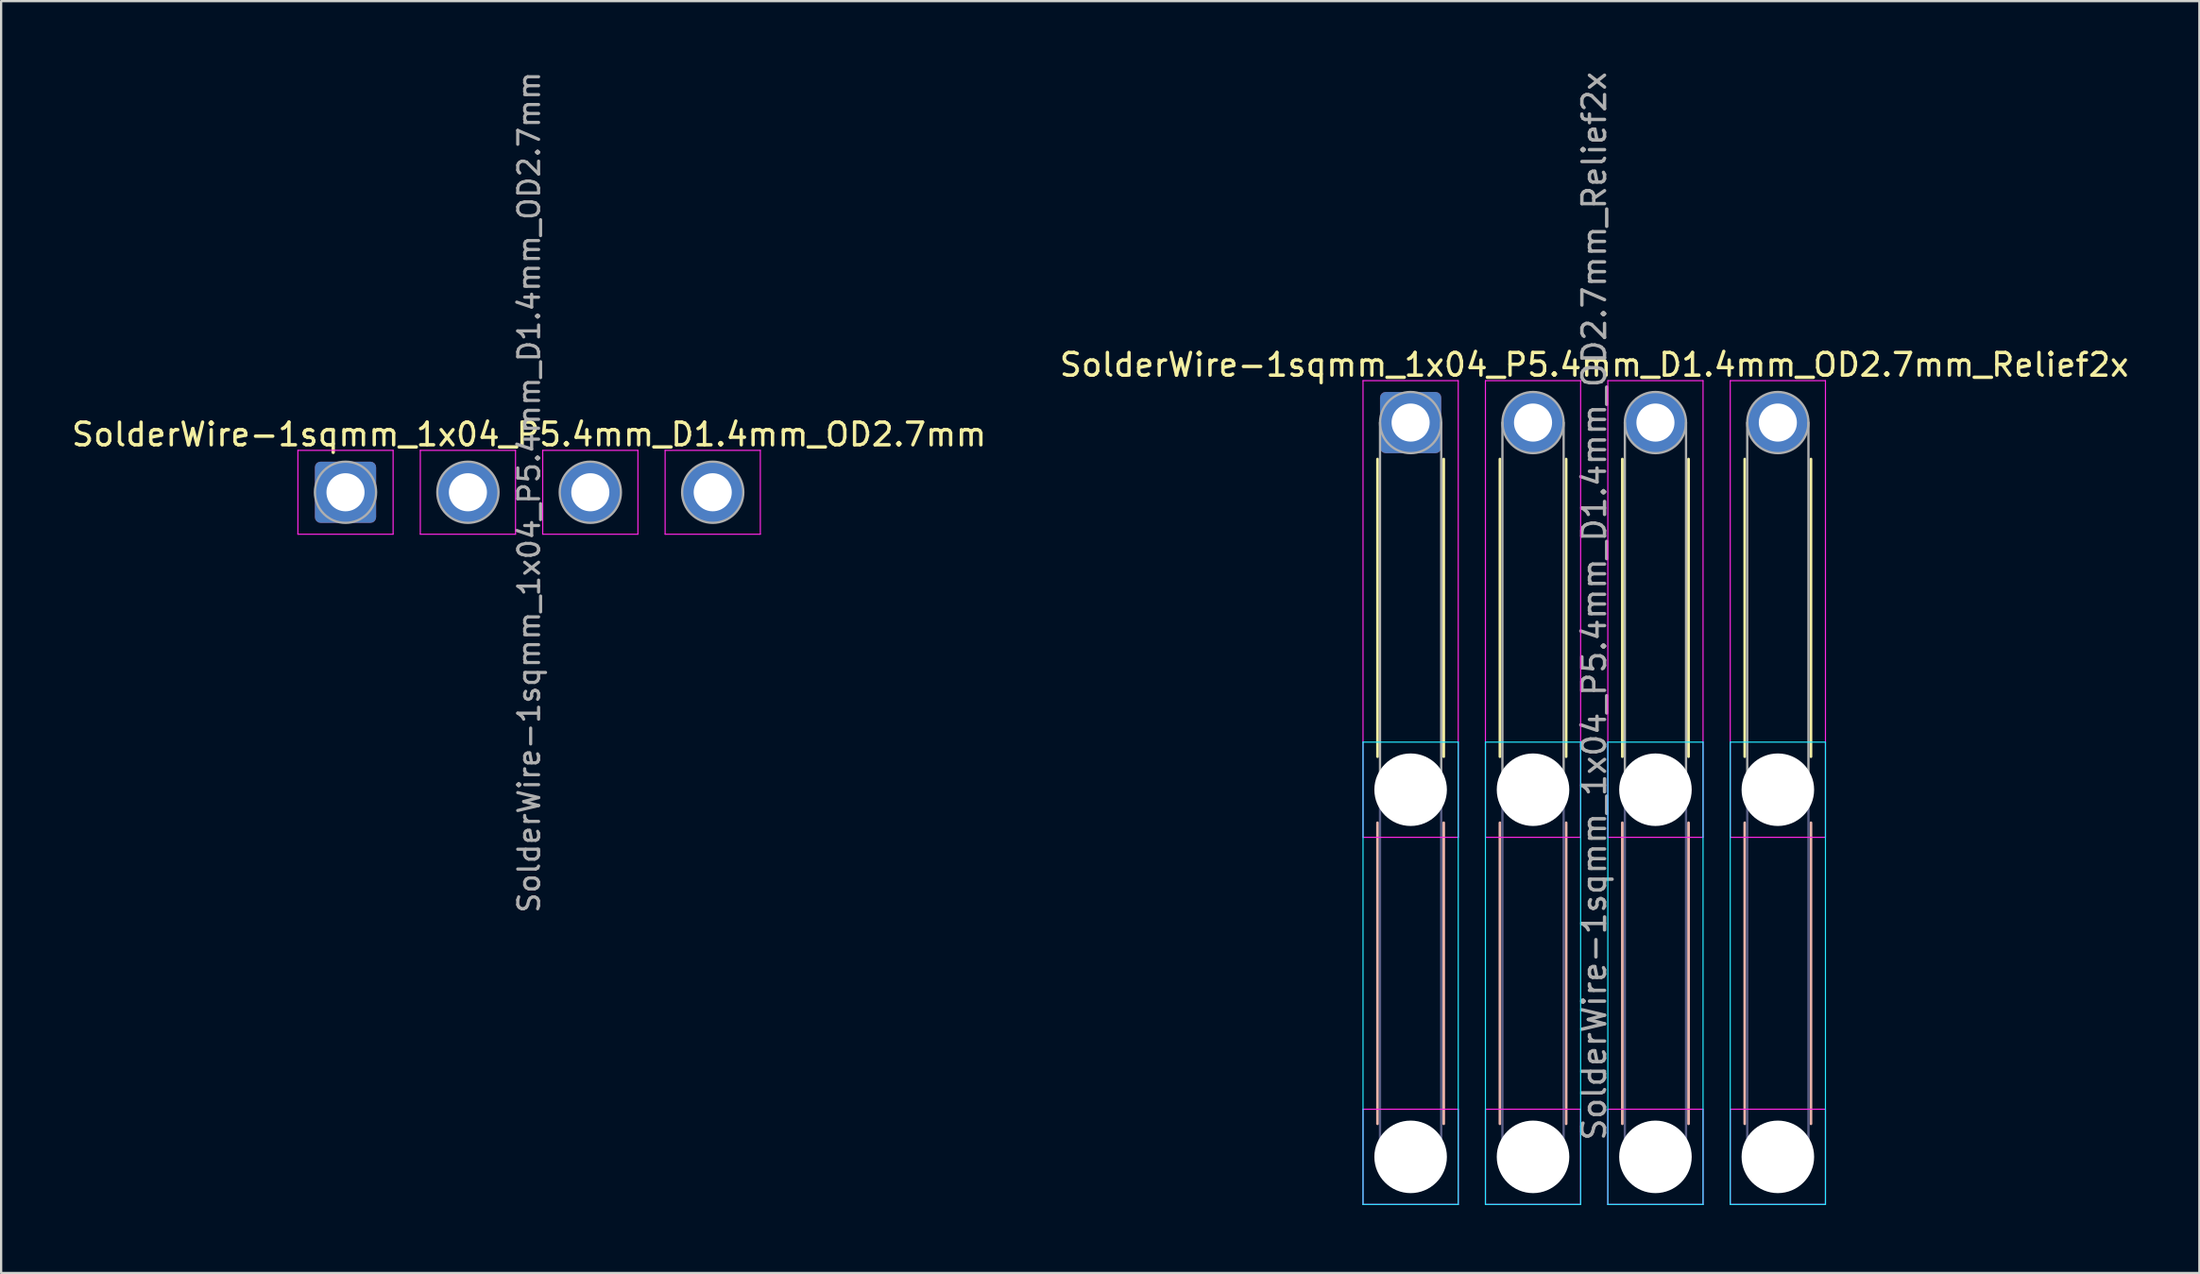
<source format=kicad_pcb>
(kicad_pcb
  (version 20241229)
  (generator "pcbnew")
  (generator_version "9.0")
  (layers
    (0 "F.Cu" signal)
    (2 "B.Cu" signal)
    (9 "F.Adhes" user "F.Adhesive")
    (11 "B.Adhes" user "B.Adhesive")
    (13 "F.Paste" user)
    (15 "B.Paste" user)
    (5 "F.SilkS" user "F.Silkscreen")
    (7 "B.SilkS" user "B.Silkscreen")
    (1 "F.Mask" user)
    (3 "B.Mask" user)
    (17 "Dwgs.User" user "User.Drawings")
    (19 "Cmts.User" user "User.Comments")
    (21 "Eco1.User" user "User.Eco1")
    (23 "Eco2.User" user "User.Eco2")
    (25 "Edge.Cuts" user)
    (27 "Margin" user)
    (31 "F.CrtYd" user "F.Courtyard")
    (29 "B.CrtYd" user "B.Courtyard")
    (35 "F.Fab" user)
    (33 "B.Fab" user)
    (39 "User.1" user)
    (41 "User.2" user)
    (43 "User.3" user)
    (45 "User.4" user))
  (footprint "SolderWire-1sqmm_1x04_P5.4mm_D1.4mm_OD2.7mm"
    (layer "F.Cu")
    (at 12.192 18.671)
    (property "Reference" "SolderWire-1sqmm_1x04_P5.4mm_D1.4mm_OD2.7mm" (at 8.1 -2.55 0) (layer "F.SilkS") (effects (font (size 1 1) (thickness 0.15))))
    (attr exclude_from_pos_files exclude_from_bom)
    (fp_line (start -2.1 -1.85) (end -2.1 1.85) (stroke (width 0.05) (type solid)) (layer "F.CrtYd"))
    (fp_line (start -2.1 1.85) (end 2.1 1.85) (stroke (width 0.05) (type solid)) (layer "F.CrtYd"))
    (fp_line (start 2.1 -1.85) (end -2.1 -1.85) (stroke (width 0.05) (type solid)) (layer "F.CrtYd"))
    (fp_line (start 2.1 1.85) (end 2.1 -1.85) (stroke (width 0.05) (type solid)) (layer "F.CrtYd"))
    (fp_line (start 3.3 -1.85) (end 3.3 1.85) (stroke (width 0.05) (type solid)) (layer "F.CrtYd"))
    (fp_line (start 3.3 1.85) (end 7.5 1.85) (stroke (width 0.05) (type solid)) (layer "F.CrtYd"))
    (fp_line (start 7.5 -1.85) (end 3.3 -1.85) (stroke (width 0.05) (type solid)) (layer "F.CrtYd"))
    (fp_line (start 7.5 1.85) (end 7.5 -1.85) (stroke (width 0.05) (type solid)) (layer "F.CrtYd"))
    (fp_line (start 8.7 -1.85) (end 8.7 1.85) (stroke (width 0.05) (type solid)) (layer "F.CrtYd"))
    (fp_line (start 8.7 1.85) (end 12.9 1.85) (stroke (width 0.05) (type solid)) (layer "F.CrtYd"))
    (fp_line (start 12.9 -1.85) (end 8.7 -1.85) (stroke (width 0.05) (type solid)) (layer "F.CrtYd"))
    (fp_line (start 12.9 1.85) (end 12.9 -1.85) (stroke (width 0.05) (type solid)) (layer "F.CrtYd"))
    (fp_line (start 14.1 -1.85) (end 14.1 1.85) (stroke (width 0.05) (type solid)) (layer "F.CrtYd"))
    (fp_line (start 14.1 1.85) (end 18.3 1.85) (stroke (width 0.05) (type solid)) (layer "F.CrtYd"))
    (fp_line (start 18.3 -1.85) (end 14.1 -1.85) (stroke (width 0.05) (type solid)) (layer "F.CrtYd"))
    (fp_line (start 18.3 1.85) (end 18.3 -1.85) (stroke (width 0.05) (type solid)) (layer "F.CrtYd"))
    (fp_circle (center 0 0) (end 1.35 0) (stroke (width 0.1) (type solid)) (fill no) (layer "F.Fab"))
    (fp_circle (center 5.4 0) (end 6.75 0) (stroke (width 0.1) (type solid)) (fill no) (layer "F.Fab"))
    (fp_circle (center 10.8 0) (end 12.15 0) (stroke (width 0.1) (type solid)) (fill no) (layer "F.Fab"))
    (fp_circle (center 16.2 0) (end 17.55 0) (stroke (width 0.1) (type solid)) (fill no) (layer "F.Fab"))
    (fp_text user "${REFERENCE}" (at 8.1 0 90) (layer "F.Fab") (effects (font (size 0.92 0.92) (thickness 0.14))))
    (pad "1" thru_hole roundrect (at 0 0) (size 2.7 2.7) (drill 1.68) (layers "*.Cu" "*.Mask") (roundrect_rratio 0.093))
    (pad "2" thru_hole circle (at 5.4 0) (size 2.7 2.7) (drill 1.68) (layers "*.Cu" "*.Mask"))
    (pad "3" thru_hole circle (at 10.8 0) (size 2.7 2.7) (drill 1.68) (layers "*.Cu" "*.Mask"))
    (pad "4" thru_hole circle (at 16.2 0) (size 2.7 2.7) (drill 1.68) (layers "*.Cu" "*.Mask")))
  (footprint "SolderWire-1sqmm_1x04_P5.4mm_D1.4mm_OD2.7mm_Relief2x"
    (layer "F.Cu")
    (at 59.18 15.596)
    (property "Reference" "SolderWire-1sqmm_1x04_P5.4mm_D1.4mm_OD2.7mm_Relief2x" (at 8.1 -2.55 0) (layer "F.SilkS") (effects (font (size 1 1) (thickness 0.15))))
    (attr exclude_from_pos_files exclude_from_bom)
    (fp_line (start -1.46 1.61) (end -1.46 14.74) (stroke (width 0.12) (type solid)) (layer "F.SilkS"))
    (fp_line (start 1.46 1.61) (end 1.46 14.74) (stroke (width 0.12) (type solid)) (layer "F.SilkS"))
    (fp_line (start 3.94 1.61) (end 3.94 14.74) (stroke (width 0.12) (type solid)) (layer "F.SilkS"))
    (fp_line (start 6.86 1.61) (end 6.86 14.74) (stroke (width 0.12) (type solid)) (layer "F.SilkS"))
    (fp_line (start 9.34 1.61) (end 9.34 14.74) (stroke (width 0.12) (type solid)) (layer "F.SilkS"))
    (fp_line (start 12.26 1.61) (end 12.26 14.74) (stroke (width 0.12) (type solid)) (layer "F.SilkS"))
    (fp_line (start 14.74 1.61) (end 14.74 14.74) (stroke (width 0.12) (type solid)) (layer "F.SilkS"))
    (fp_line (start 17.66 1.61) (end 17.66 14.74) (stroke (width 0.12) (type solid)) (layer "F.SilkS"))
    (fp_line (start -1.46 17.66) (end -1.46 30.94) (stroke (width 0.12) (type solid)) (layer "B.SilkS"))
    (fp_line (start 1.46 17.66) (end 1.46 30.94) (stroke (width 0.12) (type solid)) (layer "B.SilkS"))
    (fp_line (start 3.94 17.66) (end 3.94 30.94) (stroke (width 0.12) (type solid)) (layer "B.SilkS"))
    (fp_line (start 6.86 17.66) (end 6.86 30.94) (stroke (width 0.12) (type solid)) (layer "B.SilkS"))
    (fp_line (start 9.34 17.66) (end 9.34 30.94) (stroke (width 0.12) (type solid)) (layer "B.SilkS"))
    (fp_line (start 12.26 17.66) (end 12.26 30.94) (stroke (width 0.12) (type solid)) (layer "B.SilkS"))
    (fp_line (start 14.74 17.66) (end 14.74 30.94) (stroke (width 0.12) (type solid)) (layer "B.SilkS"))
    (fp_line (start 17.66 17.66) (end 17.66 30.94) (stroke (width 0.12) (type solid)) (layer "B.SilkS"))
    (fp_line (start -2.1 14.1) (end -2.1 34.5) (stroke (width 0.05) (type solid)) (layer "B.CrtYd"))
    (fp_line (start -2.1 34.5) (end 2.1 34.5) (stroke (width 0.05) (type solid)) (layer "B.CrtYd"))
    (fp_line (start 2.1 14.1) (end -2.1 14.1) (stroke (width 0.05) (type solid)) (layer "B.CrtYd"))
    (fp_line (start 2.1 34.5) (end 2.1 14.1) (stroke (width 0.05) (type solid)) (layer "B.CrtYd"))
    (fp_line (start 3.3 14.1) (end 3.3 34.5) (stroke (width 0.05) (type solid)) (layer "B.CrtYd"))
    (fp_line (start 3.3 34.5) (end 7.5 34.5) (stroke (width 0.05) (type solid)) (layer "B.CrtYd"))
    (fp_line (start 7.5 14.1) (end 3.3 14.1) (stroke (width 0.05) (type solid)) (layer "B.CrtYd"))
    (fp_line (start 7.5 34.5) (end 7.5 14.1) (stroke (width 0.05) (type solid)) (layer "B.CrtYd"))
    (fp_line (start 8.7 14.1) (end 8.7 34.5) (stroke (width 0.05) (type solid)) (layer "B.CrtYd"))
    (fp_line (start 8.7 34.5) (end 12.9 34.5) (stroke (width 0.05) (type solid)) (layer "B.CrtYd"))
    (fp_line (start 12.9 14.1) (end 8.7 14.1) (stroke (width 0.05) (type solid)) (layer "B.CrtYd"))
    (fp_line (start 12.9 34.5) (end 12.9 14.1) (stroke (width 0.05) (type solid)) (layer "B.CrtYd"))
    (fp_line (start 14.1 14.1) (end 14.1 34.5) (stroke (width 0.05) (type solid)) (layer "B.CrtYd"))
    (fp_line (start 14.1 34.5) (end 18.3 34.5) (stroke (width 0.05) (type solid)) (layer "B.CrtYd"))
    (fp_line (start 18.3 14.1) (end 14.1 14.1) (stroke (width 0.05) (type solid)) (layer "B.CrtYd"))
    (fp_line (start 18.3 34.5) (end 18.3 14.1) (stroke (width 0.05) (type solid)) (layer "B.CrtYd"))
    (fp_line (start -2.1 -1.85) (end -2.1 18.3) (stroke (width 0.05) (type solid)) (layer "F.CrtYd"))
    (fp_line (start -2.1 18.3) (end 2.1 18.3) (stroke (width 0.05) (type solid)) (layer "F.CrtYd"))
    (fp_line (start -2.1 30.3) (end -2.1 34.5) (stroke (width 0.05) (type solid)) (layer "F.CrtYd"))
    (fp_line (start -2.1 34.5) (end 2.1 34.5) (stroke (width 0.05) (type solid)) (layer "F.CrtYd"))
    (fp_line (start 2.1 -1.85) (end -2.1 -1.85) (stroke (width 0.05) (type solid)) (layer "F.CrtYd"))
    (fp_line (start 2.1 18.3) (end 2.1 -1.85) (stroke (width 0.05) (type solid)) (layer "F.CrtYd"))
    (fp_line (start 2.1 30.3) (end -2.1 30.3) (stroke (width 0.05) (type solid)) (layer "F.CrtYd"))
    (fp_line (start 2.1 34.5) (end 2.1 30.3) (stroke (width 0.05) (type solid)) (layer "F.CrtYd"))
    (fp_line (start 3.3 -1.85) (end 3.3 18.3) (stroke (width 0.05) (type solid)) (layer "F.CrtYd"))
    (fp_line (start 3.3 18.3) (end 7.5 18.3) (stroke (width 0.05) (type solid)) (layer "F.CrtYd"))
    (fp_line (start 3.3 30.3) (end 3.3 34.5) (stroke (width 0.05) (type solid)) (layer "F.CrtYd"))
    (fp_line (start 3.3 34.5) (end 7.5 34.5) (stroke (width 0.05) (type solid)) (layer "F.CrtYd"))
    (fp_line (start 7.5 -1.85) (end 3.3 -1.85) (stroke (width 0.05) (type solid)) (layer "F.CrtYd"))
    (fp_line (start 7.5 18.3) (end 7.5 -1.85) (stroke (width 0.05) (type solid)) (layer "F.CrtYd"))
    (fp_line (start 7.5 30.3) (end 3.3 30.3) (stroke (width 0.05) (type solid)) (layer "F.CrtYd"))
    (fp_line (start 7.5 34.5) (end 7.5 30.3) (stroke (width 0.05) (type solid)) (layer "F.CrtYd"))
    (fp_line (start 8.7 -1.85) (end 8.7 18.3) (stroke (width 0.05) (type solid)) (layer "F.CrtYd"))
    (fp_line (start 8.7 18.3) (end 12.9 18.3) (stroke (width 0.05) (type solid)) (layer "F.CrtYd"))
    (fp_line (start 8.7 30.3) (end 8.7 34.5) (stroke (width 0.05) (type solid)) (layer "F.CrtYd"))
    (fp_line (start 8.7 34.5) (end 12.9 34.5) (stroke (width 0.05) (type solid)) (layer "F.CrtYd"))
    (fp_line (start 12.9 -1.85) (end 8.7 -1.85) (stroke (width 0.05) (type solid)) (layer "F.CrtYd"))
    (fp_line (start 12.9 18.3) (end 12.9 -1.85) (stroke (width 0.05) (type solid)) (layer "F.CrtYd"))
    (fp_line (start 12.9 30.3) (end 8.7 30.3) (stroke (width 0.05) (type solid)) (layer "F.CrtYd"))
    (fp_line (start 12.9 34.5) (end 12.9 30.3) (stroke (width 0.05) (type solid)) (layer "F.CrtYd"))
    (fp_line (start 14.1 -1.85) (end 14.1 18.3) (stroke (width 0.05) (type solid)) (layer "F.CrtYd"))
    (fp_line (start 14.1 18.3) (end 18.3 18.3) (stroke (width 0.05) (type solid)) (layer "F.CrtYd"))
    (fp_line (start 14.1 30.3) (end 14.1 34.5) (stroke (width 0.05) (type solid)) (layer "F.CrtYd"))
    (fp_line (start 14.1 34.5) (end 18.3 34.5) (stroke (width 0.05) (type solid)) (layer "F.CrtYd"))
    (fp_line (start 18.3 -1.85) (end 14.1 -1.85) (stroke (width 0.05) (type solid)) (layer "F.CrtYd"))
    (fp_line (start 18.3 18.3) (end 18.3 -1.85) (stroke (width 0.05) (type solid)) (layer "F.CrtYd"))
    (fp_line (start 18.3 30.3) (end 14.1 30.3) (stroke (width 0.05) (type solid)) (layer "F.CrtYd"))
    (fp_line (start 18.3 34.5) (end 18.3 30.3) (stroke (width 0.05) (type solid)) (layer "F.CrtYd"))
    (fp_line (start -1.35 16.2) (end -1.35 32.4) (stroke (width 0.1) (type solid)) (layer "B.Fab"))
    (fp_line (start 1.35 16.2) (end 1.35 32.4) (stroke (width 0.1) (type solid)) (layer "B.Fab"))
    (fp_line (start 4.05 16.2) (end 4.05 32.4) (stroke (width 0.1) (type solid)) (layer "B.Fab"))
    (fp_line (start 6.75 16.2) (end 6.75 32.4) (stroke (width 0.1) (type solid)) (layer "B.Fab"))
    (fp_line (start 9.45 16.2) (end 9.45 32.4) (stroke (width 0.1) (type solid)) (layer "B.Fab"))
    (fp_line (start 12.15 16.2) (end 12.15 32.4) (stroke (width 0.1) (type solid)) (layer "B.Fab"))
    (fp_line (start 14.85 16.2) (end 14.85 32.4) (stroke (width 0.1) (type solid)) (layer "B.Fab"))
    (fp_line (start 17.55 16.2) (end 17.55 32.4) (stroke (width 0.1) (type solid)) (layer "B.Fab"))
    (fp_circle (center 0 16.2) (end 1.35 16.2) (stroke (width 0.1) (type solid)) (fill no) (layer "B.Fab"))
    (fp_circle (center 0 32.4) (end 1.35 32.4) (stroke (width 0.1) (type solid)) (fill no) (layer "B.Fab"))
    (fp_circle (center 5.4 16.2) (end 6.75 16.2) (stroke (width 0.1) (type solid)) (fill no) (layer "B.Fab"))
    (fp_circle (center 5.4 32.4) (end 6.75 32.4) (stroke (width 0.1) (type solid)) (fill no) (layer "B.Fab"))
    (fp_circle (center 10.8 16.2) (end 12.15 16.2) (stroke (width 0.1) (type solid)) (fill no) (layer "B.Fab"))
    (fp_circle (center 10.8 32.4) (end 12.15 32.4) (stroke (width 0.1) (type solid)) (fill no) (layer "B.Fab"))
    (fp_circle (center 16.2 16.2) (end 17.55 16.2) (stroke (width 0.1) (type solid)) (fill no) (layer "B.Fab"))
    (fp_circle (center 16.2 32.4) (end 17.55 32.4) (stroke (width 0.1) (type solid)) (fill no) (layer "B.Fab"))
    (fp_line (start -1.35 0) (end -1.35 16.2) (stroke (width 0.1) (type solid)) (layer "F.Fab"))
    (fp_line (start 1.35 0) (end 1.35 16.2) (stroke (width 0.1) (type solid)) (layer "F.Fab"))
    (fp_line (start 4.05 0) (end 4.05 16.2) (stroke (width 0.1) (type solid)) (layer "F.Fab"))
    (fp_line (start 6.75 0) (end 6.75 16.2) (stroke (width 0.1) (type solid)) (layer "F.Fab"))
    (fp_line (start 9.45 0) (end 9.45 16.2) (stroke (width 0.1) (type solid)) (layer "F.Fab"))
    (fp_line (start 12.15 0) (end 12.15 16.2) (stroke (width 0.1) (type solid)) (layer "F.Fab"))
    (fp_line (start 14.85 0) (end 14.85 16.2) (stroke (width 0.1) (type solid)) (layer "F.Fab"))
    (fp_line (start 17.55 0) (end 17.55 16.2) (stroke (width 0.1) (type solid)) (layer "F.Fab"))
    (fp_circle (center 0 0) (end 1.35 0) (stroke (width 0.1) (type solid)) (fill no) (layer "F.Fab"))
    (fp_circle (center 0 16.2) (end 1.35 16.2) (stroke (width 0.1) (type solid)) (fill no) (layer "F.Fab"))
    (fp_circle (center 0 32.4) (end 1.35 32.4) (stroke (width 0.1) (type solid)) (fill no) (layer "F.Fab"))
    (fp_circle (center 5.4 0) (end 6.75 0) (stroke (width 0.1) (type solid)) (fill no) (layer "F.Fab"))
    (fp_circle (center 5.4 16.2) (end 6.75 16.2) (stroke (width 0.1) (type solid)) (fill no) (layer "F.Fab"))
    (fp_circle (center 5.4 32.4) (end 6.75 32.4) (stroke (width 0.1) (type solid)) (fill no) (layer "F.Fab"))
    (fp_circle (center 10.8 0) (end 12.15 0) (stroke (width 0.1) (type solid)) (fill no) (layer "F.Fab"))
    (fp_circle (center 10.8 16.2) (end 12.15 16.2) (stroke (width 0.1) (type solid)) (fill no) (layer "F.Fab"))
    (fp_circle (center 10.8 32.4) (end 12.15 32.4) (stroke (width 0.1) (type solid)) (fill no) (layer "F.Fab"))
    (fp_circle (center 16.2 0) (end 17.55 0) (stroke (width 0.1) (type solid)) (fill no) (layer "F.Fab"))
    (fp_circle (center 16.2 16.2) (end 17.55 16.2) (stroke (width 0.1) (type solid)) (fill no) (layer "F.Fab"))
    (fp_circle (center 16.2 32.4) (end 17.55 32.4) (stroke (width 0.1) (type solid)) (fill no) (layer "F.Fab"))
    (fp_text user "${REFERENCE}" (at 8.1 8.1 90) (layer "F.Fab") (effects (font (size 1 1) (thickness 0.15))))
    (pad "" np_thru_hole circle (at 0 16.2) (size 3.2 3.2) (drill 3.2) (layers "*.Cu" "*.Mask"))
    (pad "" np_thru_hole circle (at 0 32.4) (size 3.2 3.2) (drill 3.2) (layers "*.Cu" "*.Mask"))
    (pad "" np_thru_hole circle (at 5.4 16.2) (size 3.2 3.2) (drill 3.2) (layers "*.Cu" "*.Mask"))
    (pad "" np_thru_hole circle (at 5.4 32.4) (size 3.2 3.2) (drill 3.2) (layers "*.Cu" "*.Mask"))
    (pad "" np_thru_hole circle (at 10.8 16.2) (size 3.2 3.2) (drill 3.2) (layers "*.Cu" "*.Mask"))
    (pad "" np_thru_hole circle (at 10.8 32.4) (size 3.2 3.2) (drill 3.2) (layers "*.Cu" "*.Mask"))
    (pad "" np_thru_hole circle (at 16.2 16.2) (size 3.2 3.2) (drill 3.2) (layers "*.Cu" "*.Mask"))
    (pad "" np_thru_hole circle (at 16.2 32.4) (size 3.2 3.2) (drill 3.2) (layers "*.Cu" "*.Mask"))
    (pad "1" thru_hole roundrect (at 0 0) (size 2.7 2.7) (drill 1.68) (layers "*.Cu" "*.Mask") (roundrect_rratio 0.093))
    (pad "2" thru_hole circle (at 5.4 0) (size 2.7 2.7) (drill 1.68) (layers "*.Cu" "*.Mask"))
    (pad "3" thru_hole circle (at 10.8 0) (size 2.7 2.7) (drill 1.68) (layers "*.Cu" "*.Mask"))
    (pad "4" thru_hole circle (at 16.2 0) (size 2.7 2.7) (drill 1.68) (layers "*.Cu" "*.Mask")))
  (gr_rect
    (start -3 -3)
    (end 93.976 53.121)
    (stroke (width 0.1) (type default))
    (fill no)
    (layer "Edge.Cuts")))
</source>
